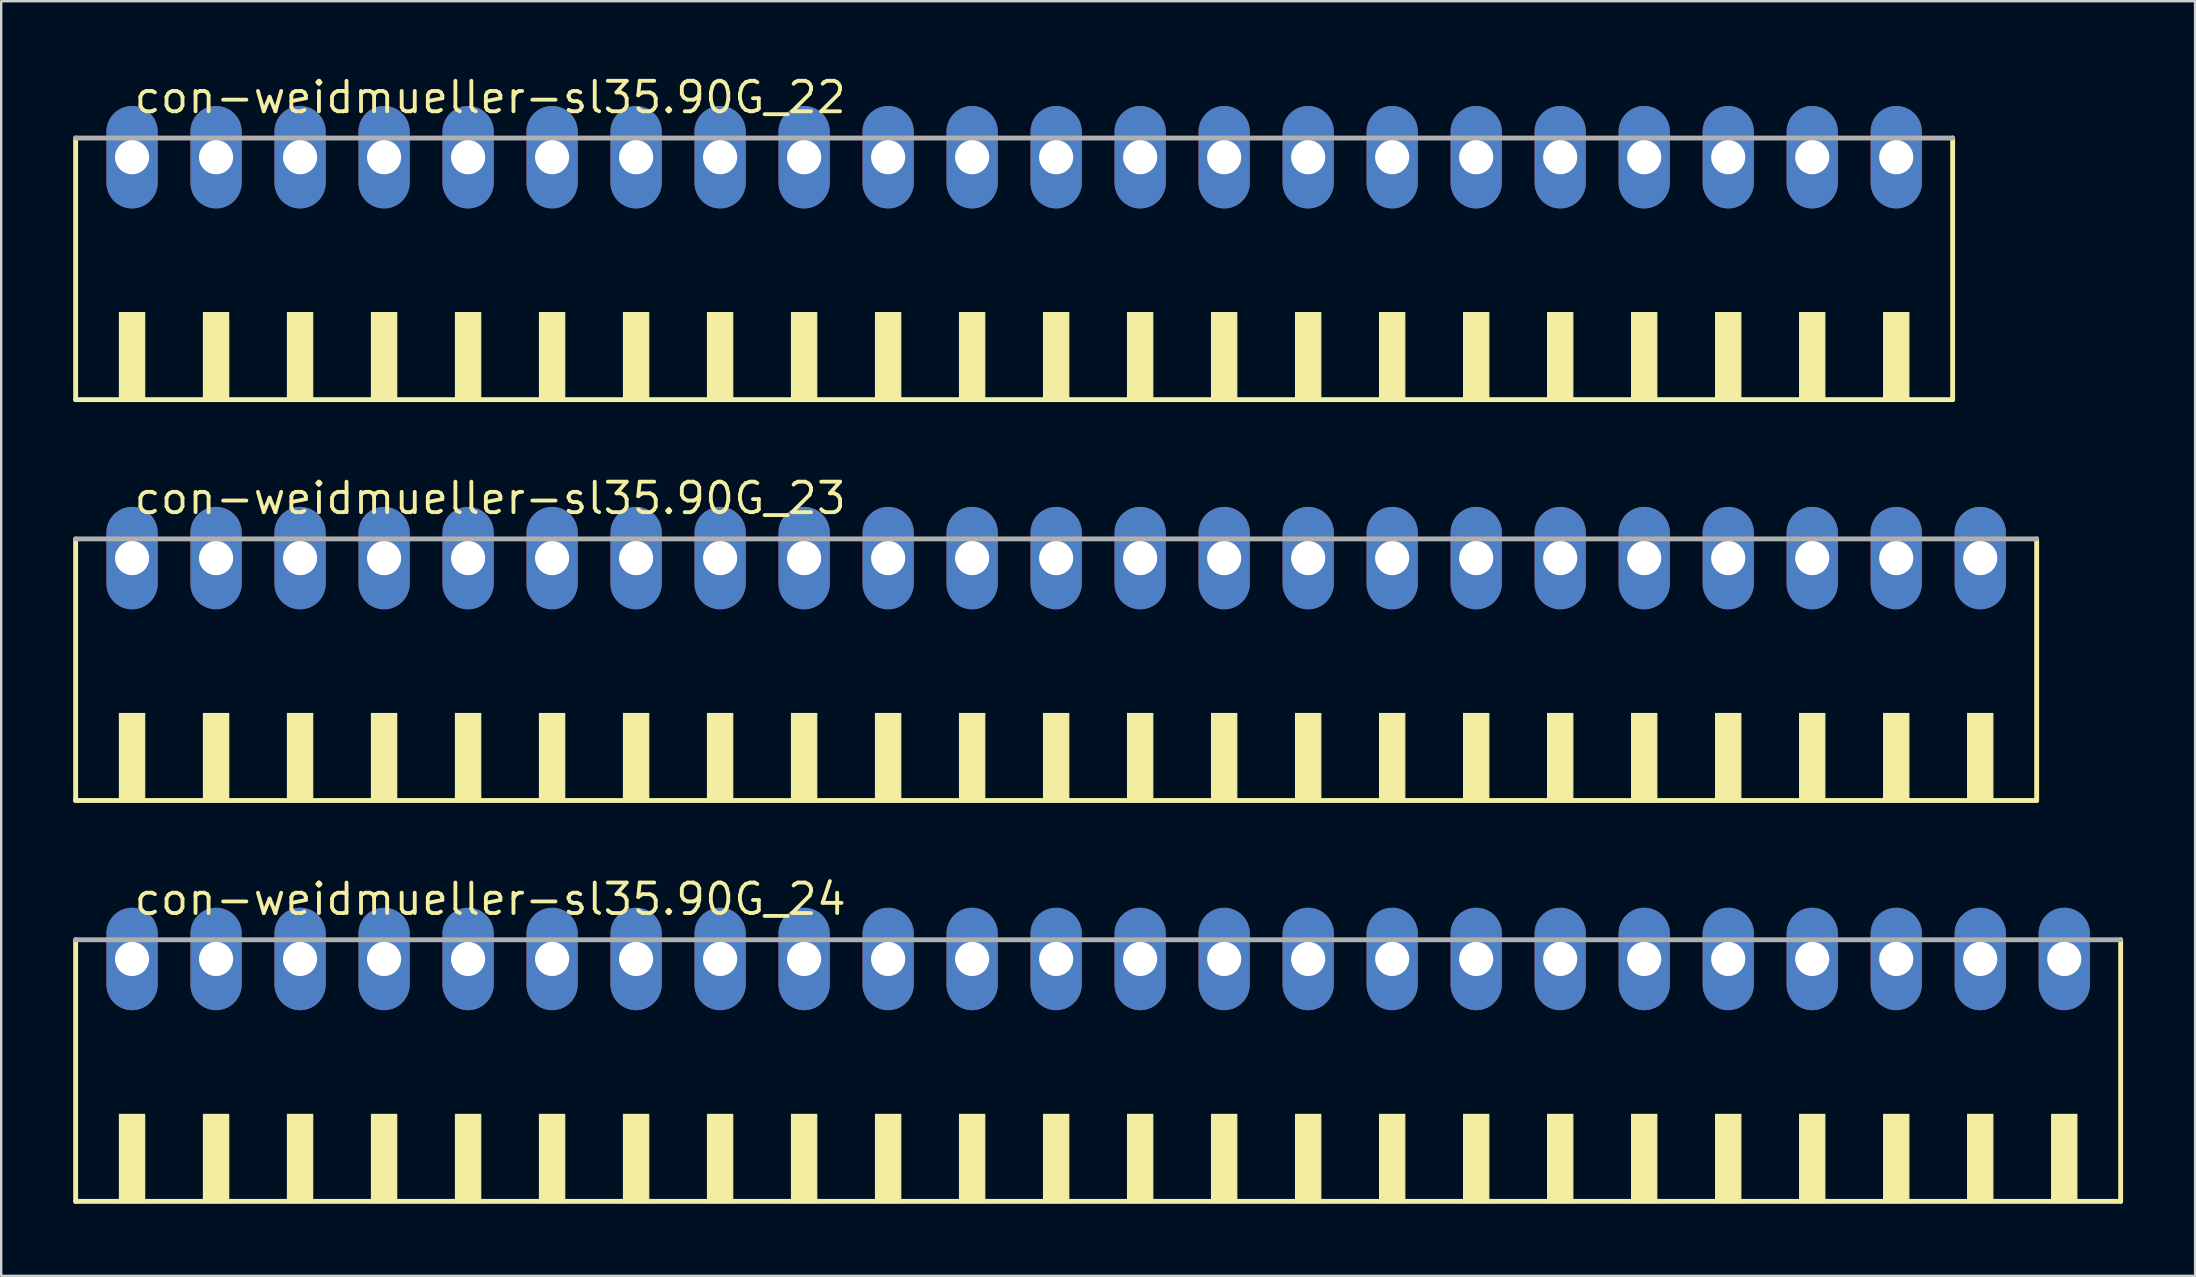
<source format=kicad_pcb>
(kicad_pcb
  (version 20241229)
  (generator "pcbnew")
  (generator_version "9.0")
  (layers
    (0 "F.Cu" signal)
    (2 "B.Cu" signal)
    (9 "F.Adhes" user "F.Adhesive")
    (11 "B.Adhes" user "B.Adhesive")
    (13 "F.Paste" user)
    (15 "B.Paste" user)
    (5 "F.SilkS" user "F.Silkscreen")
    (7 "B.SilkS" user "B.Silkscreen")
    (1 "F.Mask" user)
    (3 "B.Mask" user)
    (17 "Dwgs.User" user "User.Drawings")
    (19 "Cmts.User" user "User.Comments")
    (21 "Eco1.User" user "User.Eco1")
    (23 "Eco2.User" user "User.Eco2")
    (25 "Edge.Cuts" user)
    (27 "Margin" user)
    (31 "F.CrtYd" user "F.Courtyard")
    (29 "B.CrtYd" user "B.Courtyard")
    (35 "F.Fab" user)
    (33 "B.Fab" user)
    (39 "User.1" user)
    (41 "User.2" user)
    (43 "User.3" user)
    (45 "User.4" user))
  (footprint "con-weidmueller-sl35.90G_23"
    (layer "F.Cu")
    (at 40.952 25.452)
    (property "Reference" "con-weidmueller-sl35.90G_23" (at -38.5 -7 0) (layer "F.SilkS") (effects (font (size 1.27 1.27) (thickness 0.16)) (justify left bottom)))
    (attr through_hole)
    (fp_line (start -40.85 -6.05) (end -40.85 4.85) (stroke (width 0.203) (type default)) (layer "F.SilkS"))
    (fp_line (start -40.85 4.85) (end 40.85 4.85) (stroke (width 0.203) (type default)) (layer "F.SilkS"))
    (fp_line (start 40.85 4.85) (end 40.85 -6.05) (stroke (width 0.203) (type default)) (layer "F.SilkS"))
    (fp_rect (start -39.025 4.9) (end -37.975 1.225) (stroke (width 0.05) (type default)) (fill yes) (layer "F.SilkS"))
    (fp_rect (start -35.525 4.9) (end -34.475 1.225) (stroke (width 0.05) (type default)) (fill yes) (layer "F.SilkS"))
    (fp_rect (start -32.025 4.9) (end -30.975 1.225) (stroke (width 0.05) (type default)) (fill yes) (layer "F.SilkS"))
    (fp_rect (start -28.525 4.9) (end -27.475 1.225) (stroke (width 0.05) (type default)) (fill yes) (layer "F.SilkS"))
    (fp_rect (start -25.025 4.9) (end -23.975 1.225) (stroke (width 0.05) (type default)) (fill yes) (layer "F.SilkS"))
    (fp_rect (start -21.525 4.9) (end -20.475 1.225) (stroke (width 0.05) (type default)) (fill yes) (layer "F.SilkS"))
    (fp_rect (start -18.025 4.9) (end -16.975 1.225) (stroke (width 0.05) (type default)) (fill yes) (layer "F.SilkS"))
    (fp_rect (start -14.525 4.9) (end -13.475 1.225) (stroke (width 0.05) (type default)) (fill yes) (layer "F.SilkS"))
    (fp_rect (start -11.025 4.9) (end -9.975 1.225) (stroke (width 0.05) (type default)) (fill yes) (layer "F.SilkS"))
    (fp_rect (start -7.525 4.9) (end -6.475 1.225) (stroke (width 0.05) (type default)) (fill yes) (layer "F.SilkS"))
    (fp_rect (start -4.025 4.9) (end -2.975 1.225) (stroke (width 0.05) (type default)) (fill yes) (layer "F.SilkS"))
    (fp_rect (start -0.525 4.9) (end 0.525 1.225) (stroke (width 0.05) (type default)) (fill yes) (layer "F.SilkS"))
    (fp_rect (start 2.975 4.9) (end 4.025 1.225) (stroke (width 0.05) (type default)) (fill yes) (layer "F.SilkS"))
    (fp_rect (start 6.475 4.9) (end 7.525 1.225) (stroke (width 0.05) (type default)) (fill yes) (layer "F.SilkS"))
    (fp_rect (start 9.975 4.9) (end 11.025 1.225) (stroke (width 0.05) (type default)) (fill yes) (layer "F.SilkS"))
    (fp_rect (start 13.475 4.9) (end 14.525 1.225) (stroke (width 0.05) (type default)) (fill yes) (layer "F.SilkS"))
    (fp_rect (start 16.975 4.9) (end 18.025 1.225) (stroke (width 0.05) (type default)) (fill yes) (layer "F.SilkS"))
    (fp_rect (start 20.475 4.9) (end 21.525 1.225) (stroke (width 0.05) (type default)) (fill yes) (layer "F.SilkS"))
    (fp_rect (start 23.975 4.9) (end 25.025 1.225) (stroke (width 0.05) (type default)) (fill yes) (layer "F.SilkS"))
    (fp_rect (start 27.475 4.9) (end 28.525 1.225) (stroke (width 0.05) (type default)) (fill yes) (layer "F.SilkS"))
    (fp_rect (start 30.975 4.9) (end 32.025 1.225) (stroke (width 0.05) (type default)) (fill yes) (layer "F.SilkS"))
    (fp_rect (start 34.475 4.9) (end 35.525 1.225) (stroke (width 0.05) (type default)) (fill yes) (layer "F.SilkS"))
    (fp_rect (start 37.975 4.9) (end 39.025 1.225) (stroke (width 0.05) (type default)) (fill yes) (layer "F.SilkS"))
    (fp_line (start 40.85 -6.05) (end -40.85 -6.05) (stroke (width 0.203) (type default)) (layer "F.Fab"))
    (pad "1" thru_hole oval (at -38.5 -5.25 90) (size 4.267 2.134) (drill 1.422) (layers "*.Cu" "*.Mask"))
    (pad "2" thru_hole oval (at -35 -5.25 90) (size 4.267 2.134) (drill 1.422) (layers "*.Cu" "*.Mask"))
    (pad "3" thru_hole oval (at -31.5 -5.25 90) (size 4.267 2.134) (drill 1.422) (layers "*.Cu" "*.Mask"))
    (pad "4" thru_hole oval (at -28 -5.25 90) (size 4.267 2.134) (drill 1.422) (layers "*.Cu" "*.Mask"))
    (pad "5" thru_hole oval (at -24.5 -5.25 90) (size 4.267 2.134) (drill 1.422) (layers "*.Cu" "*.Mask"))
    (pad "6" thru_hole oval (at -21 -5.25 90) (size 4.267 2.134) (drill 1.422) (layers "*.Cu" "*.Mask"))
    (pad "7" thru_hole oval (at -17.5 -5.25 90) (size 4.267 2.134) (drill 1.422) (layers "*.Cu" "*.Mask"))
    (pad "8" thru_hole oval (at -14 -5.25 90) (size 4.267 2.134) (drill 1.422) (layers "*.Cu" "*.Mask"))
    (pad "9" thru_hole oval (at -10.5 -5.25 90) (size 4.267 2.134) (drill 1.422) (layers "*.Cu" "*.Mask"))
    (pad "10" thru_hole oval (at -7 -5.25 90) (size 4.267 2.134) (drill 1.422) (layers "*.Cu" "*.Mask"))
    (pad "11" thru_hole oval (at -3.5 -5.25 90) (size 4.267 2.134) (drill 1.422) (layers "*.Cu" "*.Mask"))
    (pad "12" thru_hole oval (at 0 -5.25 90) (size 4.267 2.134) (drill 1.422) (layers "*.Cu" "*.Mask"))
    (pad "13" thru_hole oval (at 3.5 -5.25 90) (size 4.267 2.134) (drill 1.422) (layers "*.Cu" "*.Mask"))
    (pad "14" thru_hole oval (at 7 -5.25 90) (size 4.267 2.134) (drill 1.422) (layers "*.Cu" "*.Mask"))
    (pad "15" thru_hole oval (at 10.5 -5.25 90) (size 4.267 2.134) (drill 1.422) (layers "*.Cu" "*.Mask"))
    (pad "16" thru_hole oval (at 14 -5.25 90) (size 4.267 2.134) (drill 1.422) (layers "*.Cu" "*.Mask"))
    (pad "17" thru_hole oval (at 17.5 -5.25 90) (size 4.267 2.134) (drill 1.422) (layers "*.Cu" "*.Mask"))
    (pad "18" thru_hole oval (at 21 -5.25 90) (size 4.267 2.134) (drill 1.422) (layers "*.Cu" "*.Mask"))
    (pad "19" thru_hole oval (at 24.5 -5.25 90) (size 4.267 2.134) (drill 1.422) (layers "*.Cu" "*.Mask"))
    (pad "20" thru_hole oval (at 28 -5.25 90) (size 4.267 2.134) (drill 1.422) (layers "*.Cu" "*.Mask"))
    (pad "21" thru_hole oval (at 31.5 -5.25 90) (size 4.267 2.134) (drill 1.422) (layers "*.Cu" "*.Mask"))
    (pad "22" thru_hole oval (at 35 -5.25 90) (size 4.267 2.134) (drill 1.422) (layers "*.Cu" "*.Mask"))
    (pad "23" thru_hole oval (at 38.5 -5.25 90) (size 4.267 2.134) (drill 1.422) (layers "*.Cu" "*.Mask")))
  (footprint "con-weidmueller-sl35.90G_24"
    (layer "F.Cu")
    (at 42.702 42.153)
    (property "Reference" "con-weidmueller-sl35.90G_24" (at -40.25 -7 0) (layer "F.SilkS") (effects (font (size 1.27 1.27) (thickness 0.16)) (justify left bottom)))
    (attr through_hole)
    (fp_line (start -42.6 -6.05) (end -42.6 4.85) (stroke (width 0.203) (type default)) (layer "F.SilkS"))
    (fp_line (start -42.6 4.85) (end 42.6 4.85) (stroke (width 0.203) (type default)) (layer "F.SilkS"))
    (fp_line (start 42.6 4.85) (end 42.6 -6.05) (stroke (width 0.203) (type default)) (layer "F.SilkS"))
    (fp_rect (start -40.775 4.9) (end -39.725 1.225) (stroke (width 0.05) (type default)) (fill yes) (layer "F.SilkS"))
    (fp_rect (start -37.275 4.9) (end -36.225 1.225) (stroke (width 0.05) (type default)) (fill yes) (layer "F.SilkS"))
    (fp_rect (start -33.775 4.9) (end -32.725 1.225) (stroke (width 0.05) (type default)) (fill yes) (layer "F.SilkS"))
    (fp_rect (start -30.275 4.9) (end -29.225 1.225) (stroke (width 0.05) (type default)) (fill yes) (layer "F.SilkS"))
    (fp_rect (start -26.775 4.9) (end -25.725 1.225) (stroke (width 0.05) (type default)) (fill yes) (layer "F.SilkS"))
    (fp_rect (start -23.275 4.9) (end -22.225 1.225) (stroke (width 0.05) (type default)) (fill yes) (layer "F.SilkS"))
    (fp_rect (start -19.775 4.9) (end -18.725 1.225) (stroke (width 0.05) (type default)) (fill yes) (layer "F.SilkS"))
    (fp_rect (start -16.275 4.9) (end -15.225 1.225) (stroke (width 0.05) (type default)) (fill yes) (layer "F.SilkS"))
    (fp_rect (start -12.775 4.9) (end -11.725 1.225) (stroke (width 0.05) (type default)) (fill yes) (layer "F.SilkS"))
    (fp_rect (start -9.275 4.9) (end -8.225 1.225) (stroke (width 0.05) (type default)) (fill yes) (layer "F.SilkS"))
    (fp_rect (start -5.775 4.9) (end -4.725 1.225) (stroke (width 0.05) (type default)) (fill yes) (layer "F.SilkS"))
    (fp_rect (start -2.275 4.9) (end -1.225 1.225) (stroke (width 0.05) (type default)) (fill yes) (layer "F.SilkS"))
    (fp_rect (start 1.225 4.9) (end 2.275 1.225) (stroke (width 0.05) (type default)) (fill yes) (layer "F.SilkS"))
    (fp_rect (start 4.725 4.9) (end 5.775 1.225) (stroke (width 0.05) (type default)) (fill yes) (layer "F.SilkS"))
    (fp_rect (start 8.225 4.9) (end 9.275 1.225) (stroke (width 0.05) (type default)) (fill yes) (layer "F.SilkS"))
    (fp_rect (start 11.725 4.9) (end 12.775 1.225) (stroke (width 0.05) (type default)) (fill yes) (layer "F.SilkS"))
    (fp_rect (start 15.225 4.9) (end 16.275 1.225) (stroke (width 0.05) (type default)) (fill yes) (layer "F.SilkS"))
    (fp_rect (start 18.725 4.9) (end 19.775 1.225) (stroke (width 0.05) (type default)) (fill yes) (layer "F.SilkS"))
    (fp_rect (start 22.225 4.9) (end 23.275 1.225) (stroke (width 0.05) (type default)) (fill yes) (layer "F.SilkS"))
    (fp_rect (start 25.725 4.9) (end 26.775 1.225) (stroke (width 0.05) (type default)) (fill yes) (layer "F.SilkS"))
    (fp_rect (start 29.225 4.9) (end 30.275 1.225) (stroke (width 0.05) (type default)) (fill yes) (layer "F.SilkS"))
    (fp_rect (start 32.725 4.9) (end 33.775 1.225) (stroke (width 0.05) (type default)) (fill yes) (layer "F.SilkS"))
    (fp_rect (start 36.225 4.9) (end 37.275 1.225) (stroke (width 0.05) (type default)) (fill yes) (layer "F.SilkS"))
    (fp_rect (start 39.725 4.9) (end 40.775 1.225) (stroke (width 0.05) (type default)) (fill yes) (layer "F.SilkS"))
    (fp_line (start 42.6 -6.05) (end -42.6 -6.05) (stroke (width 0.203) (type default)) (layer "F.Fab"))
    (pad "1" thru_hole oval (at -40.25 -5.25 90) (size 4.267 2.134) (drill 1.422) (layers "*.Cu" "*.Mask"))
    (pad "2" thru_hole oval (at -36.75 -5.25 90) (size 4.267 2.134) (drill 1.422) (layers "*.Cu" "*.Mask"))
    (pad "3" thru_hole oval (at -33.25 -5.25 90) (size 4.267 2.134) (drill 1.422) (layers "*.Cu" "*.Mask"))
    (pad "4" thru_hole oval (at -29.75 -5.25 90) (size 4.267 2.134) (drill 1.422) (layers "*.Cu" "*.Mask"))
    (pad "5" thru_hole oval (at -26.25 -5.25 90) (size 4.267 2.134) (drill 1.422) (layers "*.Cu" "*.Mask"))
    (pad "6" thru_hole oval (at -22.75 -5.25 90) (size 4.267 2.134) (drill 1.422) (layers "*.Cu" "*.Mask"))
    (pad "7" thru_hole oval (at -19.25 -5.25 90) (size 4.267 2.134) (drill 1.422) (layers "*.Cu" "*.Mask"))
    (pad "8" thru_hole oval (at -15.75 -5.25 90) (size 4.267 2.134) (drill 1.422) (layers "*.Cu" "*.Mask"))
    (pad "9" thru_hole oval (at -12.25 -5.25 90) (size 4.267 2.134) (drill 1.422) (layers "*.Cu" "*.Mask"))
    (pad "10" thru_hole oval (at -8.75 -5.25 90) (size 4.267 2.134) (drill 1.422) (layers "*.Cu" "*.Mask"))
    (pad "11" thru_hole oval (at -5.25 -5.25 90) (size 4.267 2.134) (drill 1.422) (layers "*.Cu" "*.Mask"))
    (pad "12" thru_hole oval (at -1.75 -5.25 90) (size 4.267 2.134) (drill 1.422) (layers "*.Cu" "*.Mask"))
    (pad "13" thru_hole oval (at 1.75 -5.25 90) (size 4.267 2.134) (drill 1.422) (layers "*.Cu" "*.Mask"))
    (pad "14" thru_hole oval (at 5.25 -5.25 90) (size 4.267 2.134) (drill 1.422) (layers "*.Cu" "*.Mask"))
    (pad "15" thru_hole oval (at 8.75 -5.25 90) (size 4.267 2.134) (drill 1.422) (layers "*.Cu" "*.Mask"))
    (pad "16" thru_hole oval (at 12.25 -5.25 90) (size 4.267 2.134) (drill 1.422) (layers "*.Cu" "*.Mask"))
    (pad "17" thru_hole oval (at 15.75 -5.25 90) (size 4.267 2.134) (drill 1.422) (layers "*.Cu" "*.Mask"))
    (pad "18" thru_hole oval (at 19.25 -5.25 90) (size 4.267 2.134) (drill 1.422) (layers "*.Cu" "*.Mask"))
    (pad "19" thru_hole oval (at 22.75 -5.25 90) (size 4.267 2.134) (drill 1.422) (layers "*.Cu" "*.Mask"))
    (pad "20" thru_hole oval (at 26.25 -5.25 90) (size 4.267 2.134) (drill 1.422) (layers "*.Cu" "*.Mask"))
    (pad "21" thru_hole oval (at 29.75 -5.25 90) (size 4.267 2.134) (drill 1.422) (layers "*.Cu" "*.Mask"))
    (pad "22" thru_hole oval (at 33.25 -5.25 90) (size 4.267 2.134) (drill 1.422) (layers "*.Cu" "*.Mask"))
    (pad "23" thru_hole oval (at 36.75 -5.25 90) (size 4.267 2.134) (drill 1.422) (layers "*.Cu" "*.Mask"))
    (pad "24" thru_hole oval (at 40.25 -5.25 90) (size 4.267 2.134) (drill 1.422) (layers "*.Cu" "*.Mask")))
  (footprint "con-weidmueller-sl35.90G_22"
    (layer "F.Cu")
    (at 39.202 8.75)
    (property "Reference" "con-weidmueller-sl35.90G_22" (at -36.75 -7 0) (layer "F.SilkS") (effects (font (size 1.27 1.27) (thickness 0.16)) (justify left bottom)))
    (attr through_hole)
    (fp_line (start -39.1 -6.05) (end -39.1 4.85) (stroke (width 0.203) (type default)) (layer "F.SilkS"))
    (fp_line (start -39.1 4.85) (end 39.1 4.85) (stroke (width 0.203) (type default)) (layer "F.SilkS"))
    (fp_line (start 39.1 4.85) (end 39.1 -6.05) (stroke (width 0.203) (type default)) (layer "F.SilkS"))
    (fp_rect (start -37.275 4.9) (end -36.225 1.225) (stroke (width 0.05) (type default)) (fill yes) (layer "F.SilkS"))
    (fp_rect (start -33.775 4.9) (end -32.725 1.225) (stroke (width 0.05) (type default)) (fill yes) (layer "F.SilkS"))
    (fp_rect (start -30.275 4.9) (end -29.225 1.225) (stroke (width 0.05) (type default)) (fill yes) (layer "F.SilkS"))
    (fp_rect (start -26.775 4.9) (end -25.725 1.225) (stroke (width 0.05) (type default)) (fill yes) (layer "F.SilkS"))
    (fp_rect (start -23.275 4.9) (end -22.225 1.225) (stroke (width 0.05) (type default)) (fill yes) (layer "F.SilkS"))
    (fp_rect (start -19.775 4.9) (end -18.725 1.225) (stroke (width 0.05) (type default)) (fill yes) (layer "F.SilkS"))
    (fp_rect (start -16.275 4.9) (end -15.225 1.225) (stroke (width 0.05) (type default)) (fill yes) (layer "F.SilkS"))
    (fp_rect (start -12.775 4.9) (end -11.725 1.225) (stroke (width 0.05) (type default)) (fill yes) (layer "F.SilkS"))
    (fp_rect (start -9.275 4.9) (end -8.225 1.225) (stroke (width 0.05) (type default)) (fill yes) (layer "F.SilkS"))
    (fp_rect (start -5.775 4.9) (end -4.725 1.225) (stroke (width 0.05) (type default)) (fill yes) (layer "F.SilkS"))
    (fp_rect (start -2.275 4.9) (end -1.225 1.225) (stroke (width 0.05) (type default)) (fill yes) (layer "F.SilkS"))
    (fp_rect (start 1.225 4.9) (end 2.275 1.225) (stroke (width 0.05) (type default)) (fill yes) (layer "F.SilkS"))
    (fp_rect (start 4.725 4.9) (end 5.775 1.225) (stroke (width 0.05) (type default)) (fill yes) (layer "F.SilkS"))
    (fp_rect (start 8.225 4.9) (end 9.275 1.225) (stroke (width 0.05) (type default)) (fill yes) (layer "F.SilkS"))
    (fp_rect (start 11.725 4.9) (end 12.775 1.225) (stroke (width 0.05) (type default)) (fill yes) (layer "F.SilkS"))
    (fp_rect (start 15.225 4.9) (end 16.275 1.225) (stroke (width 0.05) (type default)) (fill yes) (layer "F.SilkS"))
    (fp_rect (start 18.725 4.9) (end 19.775 1.225) (stroke (width 0.05) (type default)) (fill yes) (layer "F.SilkS"))
    (fp_rect (start 22.225 4.9) (end 23.275 1.225) (stroke (width 0.05) (type default)) (fill yes) (layer "F.SilkS"))
    (fp_rect (start 25.725 4.9) (end 26.775 1.225) (stroke (width 0.05) (type default)) (fill yes) (layer "F.SilkS"))
    (fp_rect (start 29.225 4.9) (end 30.275 1.225) (stroke (width 0.05) (type default)) (fill yes) (layer "F.SilkS"))
    (fp_rect (start 32.725 4.9) (end 33.775 1.225) (stroke (width 0.05) (type default)) (fill yes) (layer "F.SilkS"))
    (fp_rect (start 36.225 4.9) (end 37.275 1.225) (stroke (width 0.05) (type default)) (fill yes) (layer "F.SilkS"))
    (fp_line (start 39.1 -6.05) (end -39.1 -6.05) (stroke (width 0.203) (type default)) (layer "F.Fab"))
    (pad "1" thru_hole oval (at -36.75 -5.25 90) (size 4.267 2.134) (drill 1.422) (layers "*.Cu" "*.Mask"))
    (pad "2" thru_hole oval (at -33.25 -5.25 90) (size 4.267 2.134) (drill 1.422) (layers "*.Cu" "*.Mask"))
    (pad "3" thru_hole oval (at -29.75 -5.25 90) (size 4.267 2.134) (drill 1.422) (layers "*.Cu" "*.Mask"))
    (pad "4" thru_hole oval (at -26.25 -5.25 90) (size 4.267 2.134) (drill 1.422) (layers "*.Cu" "*.Mask"))
    (pad "5" thru_hole oval (at -22.75 -5.25 90) (size 4.267 2.134) (drill 1.422) (layers "*.Cu" "*.Mask"))
    (pad "6" thru_hole oval (at -19.25 -5.25 90) (size 4.267 2.134) (drill 1.422) (layers "*.Cu" "*.Mask"))
    (pad "7" thru_hole oval (at -15.75 -5.25 90) (size 4.267 2.134) (drill 1.422) (layers "*.Cu" "*.Mask"))
    (pad "8" thru_hole oval (at -12.25 -5.25 90) (size 4.267 2.134) (drill 1.422) (layers "*.Cu" "*.Mask"))
    (pad "9" thru_hole oval (at -8.75 -5.25 90) (size 4.267 2.134) (drill 1.422) (layers "*.Cu" "*.Mask"))
    (pad "10" thru_hole oval (at -5.25 -5.25 90) (size 4.267 2.134) (drill 1.422) (layers "*.Cu" "*.Mask"))
    (pad "11" thru_hole oval (at -1.75 -5.25 90) (size 4.267 2.134) (drill 1.422) (layers "*.Cu" "*.Mask"))
    (pad "12" thru_hole oval (at 1.75 -5.25 90) (size 4.267 2.134) (drill 1.422) (layers "*.Cu" "*.Mask"))
    (pad "13" thru_hole oval (at 5.25 -5.25 90) (size 4.267 2.134) (drill 1.422) (layers "*.Cu" "*.Mask"))
    (pad "14" thru_hole oval (at 8.75 -5.25 90) (size 4.267 2.134) (drill 1.422) (layers "*.Cu" "*.Mask"))
    (pad "15" thru_hole oval (at 12.25 -5.25 90) (size 4.267 2.134) (drill 1.422) (layers "*.Cu" "*.Mask"))
    (pad "16" thru_hole oval (at 15.75 -5.25 90) (size 4.267 2.134) (drill 1.422) (layers "*.Cu" "*.Mask"))
    (pad "17" thru_hole oval (at 19.25 -5.25 90) (size 4.267 2.134) (drill 1.422) (layers "*.Cu" "*.Mask"))
    (pad "18" thru_hole oval (at 22.75 -5.25 90) (size 4.267 2.134) (drill 1.422) (layers "*.Cu" "*.Mask"))
    (pad "19" thru_hole oval (at 26.25 -5.25 90) (size 4.267 2.134) (drill 1.422) (layers "*.Cu" "*.Mask"))
    (pad "20" thru_hole oval (at 29.75 -5.25 90) (size 4.267 2.134) (drill 1.422) (layers "*.Cu" "*.Mask"))
    (pad "21" thru_hole oval (at 33.25 -5.25 90) (size 4.267 2.134) (drill 1.422) (layers "*.Cu" "*.Mask"))
    (pad "22" thru_hole oval (at 36.75 -5.25 90) (size 4.267 2.134) (drill 1.422) (layers "*.Cu" "*.Mask")))
  (gr_rect
    (start -3 -3)
    (end 88.403 50.105)
    (stroke (width 0.1) (type default))
    (fill no)
    (layer "Edge.Cuts")))
</source>
